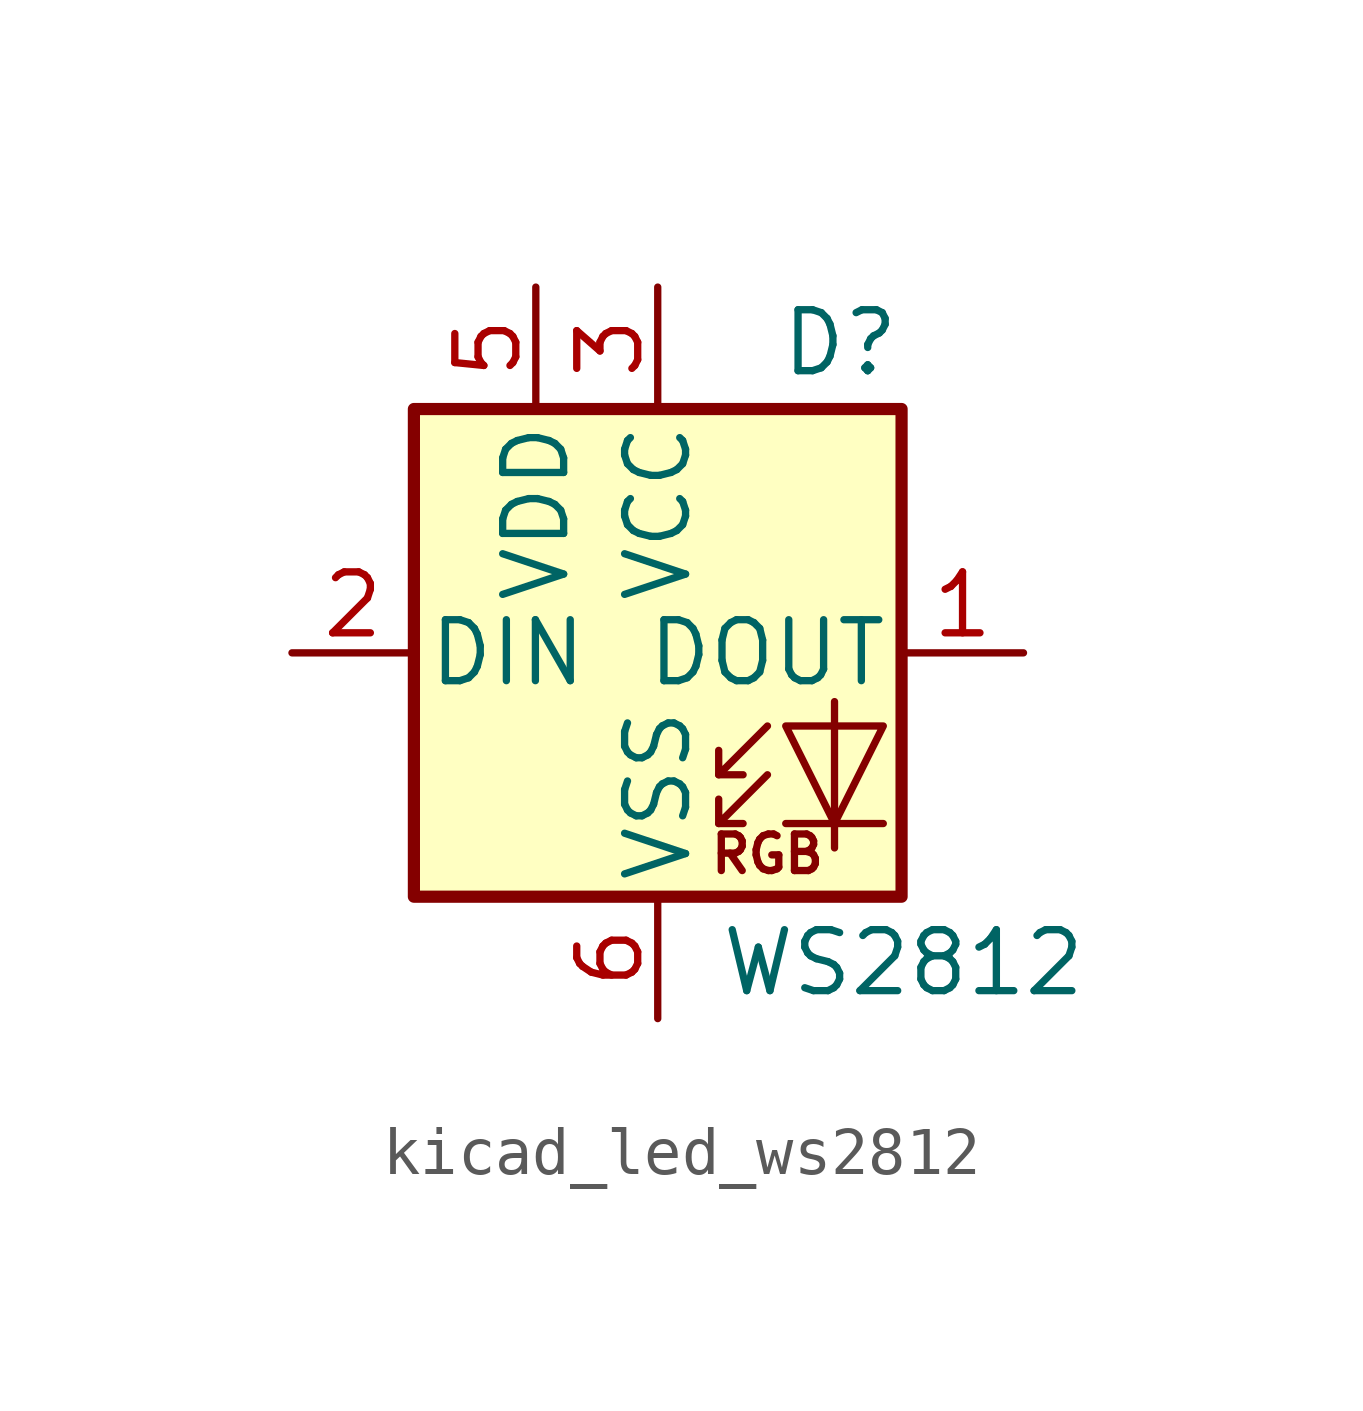
<source format=kicad_sym>
(kicad_symbol_lib
  (version 20220914)
  (generator kicad_symbol_editor)
  (symbol "kicad_led_ws2812"
    (pin_names
      (offset 0.254))
    (property "Reference" "D"
      (at 5.08 5.715 0)
      (effects (font (size 1.27 1.27)) (justify right bottom)))
    (property "Value" "WS2812"
      (at 1.27 -5.715 0)
      (effects (font (size 1.27 1.27)) (justify left top)))
    (symbol "kicad_led_ws2812_0_0"
      (text "RGB" (at 2.286 -4.191 0) (effects (font (size 0.762 0.762)))))
    (symbol "kicad_led_ws2812_0_1"
      (polyline (pts (xy 1.27 -3.556) (xy 1.778 -3.556)) (stroke (width 0) (type default)) (fill (type none)))
      (polyline (pts (xy 1.27 -2.54) (xy 1.778 -2.54)) (stroke (width 0) (type default)) (fill (type none)))
      (polyline (pts (xy 4.699 -3.556) (xy 2.667 -3.556)) (stroke (width 0) (type default)) (fill (type none)))
      (polyline (pts (xy 2.286 -2.54) (xy 1.27 -3.556) (xy 1.27 -3.048)) (stroke (width 0) (type default)) (fill (type none)))
      (polyline (pts (xy 2.286 -1.524) (xy 1.27 -2.54) (xy 1.27 -2.032)) (stroke (width 0) (type default)) (fill (type none)))
      (polyline (pts (xy 3.683 -1.016) (xy 3.683 -3.556) (xy 3.683 -4.064)) (stroke (width 0) (type default)) (fill (type none)))
      (polyline (pts (xy 4.699 -1.524) (xy 2.667 -1.524) (xy 3.683 -3.556) (xy 4.699 -1.524)) (stroke (width 0) (type default)) (fill (type none)))
      (rectangle (start 5.08 5.08) (end -5.08 -5.08) (stroke (width 0.254) (type default)) (fill (type background))))
    (symbol "kicad_led_ws2812_1_1"
      (pin output line (at 7.62 0 180) (length 2.54) (name "DOUT" (effects (font (size 1.27 1.27)))) (number "1" (effects (font (size 1.27 1.27)))))
      (pin input line (at -7.62 0 0) (length 2.54) (name "DIN" (effects (font (size 1.27 1.27)))) (number "2" (effects (font (size 1.27 1.27)))))
      (pin power_in line (at 0 7.62 270) (length 2.54) (name "VCC" (effects (font (size 1.27 1.27)))) (number "3" (effects (font (size 1.27 1.27)))))
      (pin no_connect line (at 5.08 2.54 180) (length 2.54) hide (name "NC" (effects (font (size 1.27 1.27)))) (number "4" (effects (font (size 1.27 1.27)))))
      (pin power_in line (at -2.54 7.62 270) (length 2.54) (name "VDD" (effects (font (size 1.27 1.27)))) (number "5" (effects (font (size 1.27 1.27)))))
      (pin power_in line (at 0 -7.62 90) (length 2.54) (name "VSS" (effects (font (size 1.27 1.27)))) (number "6" (effects (font (size 1.27 1.27))))))))
</source>
